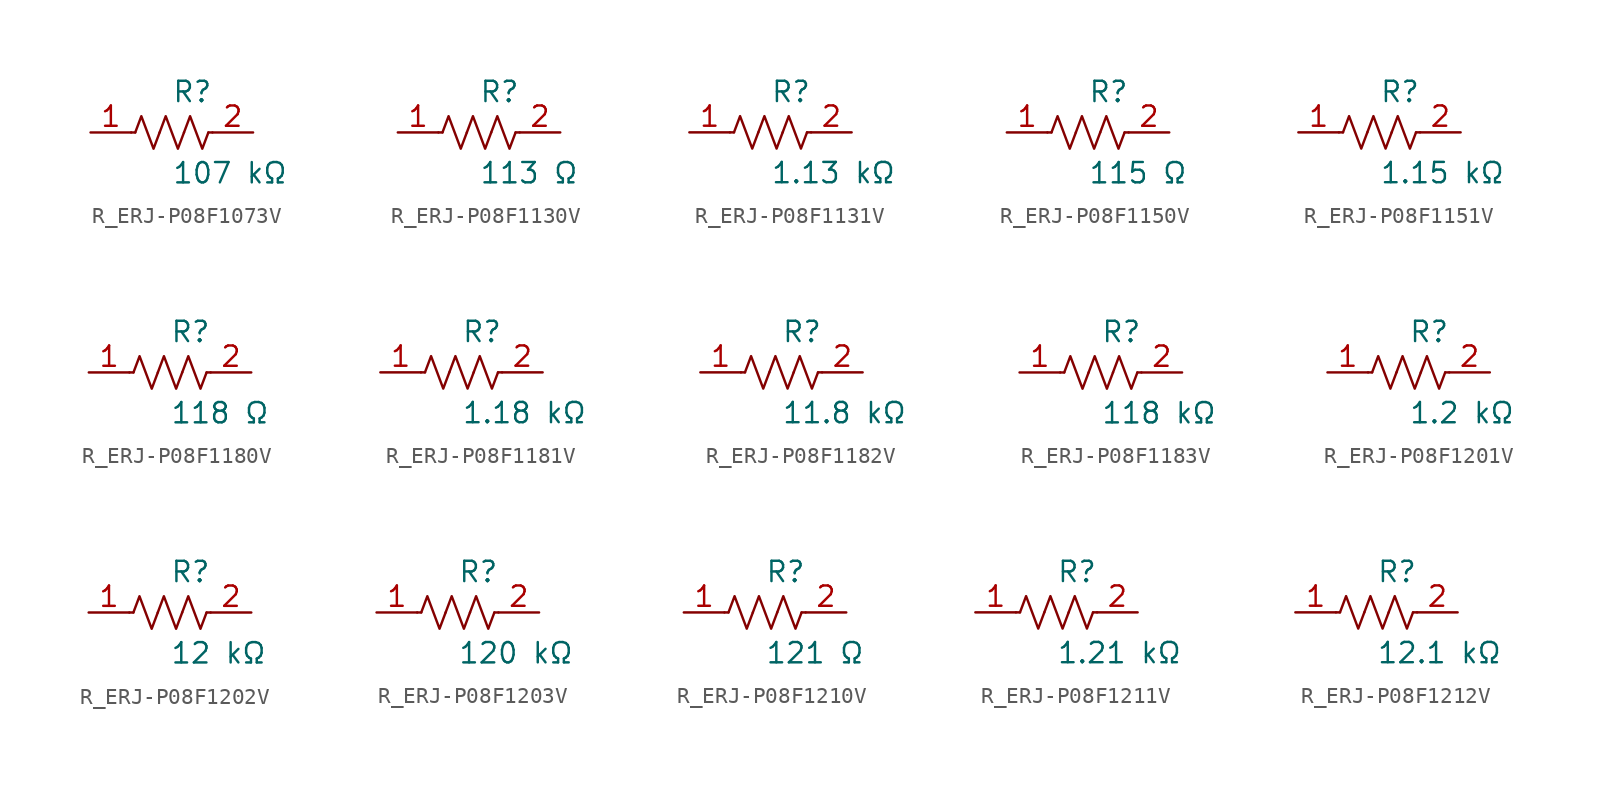
<source format=kicad_sym>
(kicad_symbol_lib
  (version 20231120)
  (generator kicad_symbol_editor)
  (generator_version 8.0)
  (symbol "R_ERJ-P08F1073V"
    (pin_names
      (offset 0.254))
    (property "Reference" "R"
      (at 0.0 2.54 0)
      (effects (font (size 1.27 1.27)) (justify left)))
    (property "Value" "107 kΩ"
      (at 0.0 -2.54 0)
      (effects (font (size 1.27 1.27)) (justify left)))
    (symbol "R_ERJ-P08F1073V_0_1"
      (polyline (pts (xy 2.286 0) (xy 2.54 0)) (stroke (width 0) (type default)) (fill (type none)))
      (polyline (pts (xy -2.286 0) (xy -2.54 0)) (stroke (width 0) (type default)) (fill (type none)))
      (polyline (pts (xy 0.762 0) (xy 1.143 1.016) (xy 1.524 0) (xy 1.905 -1.016) (xy 2.286 0)) (stroke (width 0) (type default)) (fill (type none)))
      (polyline (pts (xy -0.762 0) (xy -0.381 1.016) (xy 0 0) (xy 0.381 -1.016) (xy 0.762 0)) (stroke (width 0) (type default)) (fill (type none)))
      (polyline (pts (xy -2.286 0) (xy -1.905 1.016) (xy -1.524 0) (xy -1.143 -1.016) (xy -0.762 0)) (stroke (width 0) (type default)) (fill (type none))))
    (pin unspecified line
      (at -5.08 0 0)
      (length 2.54)
      (name "" (effects (font (size 1.27 1.27))))
      (number "1" (effects (font (size 1.27 1.27)))))
    (pin unspecified line
      (at 5.08 0 180)
      (length 2.54)
      (name "" (effects (font (size 1.27 1.27))))
      (number "2" (effects (font (size 1.27 1.27))))))
  (symbol "R_ERJ-P08F1130V"
    (pin_names
      (offset 0.254))
    (property "Reference" "R"
      (at 0.0 2.54 0)
      (effects (font (size 1.27 1.27)) (justify left)))
    (property "Value" "113 Ω"
      (at 0.0 -2.54 0)
      (effects (font (size 1.27 1.27)) (justify left)))
    (symbol "R_ERJ-P08F1130V_0_1"
      (polyline (pts (xy 2.286 0) (xy 2.54 0)) (stroke (width 0) (type default)) (fill (type none)))
      (polyline (pts (xy -2.286 0) (xy -2.54 0)) (stroke (width 0) (type default)) (fill (type none)))
      (polyline (pts (xy 0.762 0) (xy 1.143 1.016) (xy 1.524 0) (xy 1.905 -1.016) (xy 2.286 0)) (stroke (width 0) (type default)) (fill (type none)))
      (polyline (pts (xy -0.762 0) (xy -0.381 1.016) (xy 0 0) (xy 0.381 -1.016) (xy 0.762 0)) (stroke (width 0) (type default)) (fill (type none)))
      (polyline (pts (xy -2.286 0) (xy -1.905 1.016) (xy -1.524 0) (xy -1.143 -1.016) (xy -0.762 0)) (stroke (width 0) (type default)) (fill (type none))))
    (pin unspecified line
      (at -5.08 0 0)
      (length 2.54)
      (name "" (effects (font (size 1.27 1.27))))
      (number "1" (effects (font (size 1.27 1.27)))))
    (pin unspecified line
      (at 5.08 0 180)
      (length 2.54)
      (name "" (effects (font (size 1.27 1.27))))
      (number "2" (effects (font (size 1.27 1.27))))))
  (symbol "R_ERJ-P08F1131V"
    (pin_names
      (offset 0.254))
    (property "Reference" "R"
      (at 0.0 2.54 0)
      (effects (font (size 1.27 1.27)) (justify left)))
    (property "Value" "1.13 kΩ"
      (at 0.0 -2.54 0)
      (effects (font (size 1.27 1.27)) (justify left)))
    (symbol "R_ERJ-P08F1131V_0_1"
      (polyline (pts (xy 2.286 0) (xy 2.54 0)) (stroke (width 0) (type default)) (fill (type none)))
      (polyline (pts (xy -2.286 0) (xy -2.54 0)) (stroke (width 0) (type default)) (fill (type none)))
      (polyline (pts (xy 0.762 0) (xy 1.143 1.016) (xy 1.524 0) (xy 1.905 -1.016) (xy 2.286 0)) (stroke (width 0) (type default)) (fill (type none)))
      (polyline (pts (xy -0.762 0) (xy -0.381 1.016) (xy 0 0) (xy 0.381 -1.016) (xy 0.762 0)) (stroke (width 0) (type default)) (fill (type none)))
      (polyline (pts (xy -2.286 0) (xy -1.905 1.016) (xy -1.524 0) (xy -1.143 -1.016) (xy -0.762 0)) (stroke (width 0) (type default)) (fill (type none))))
    (pin unspecified line
      (at -5.08 0 0)
      (length 2.54)
      (name "" (effects (font (size 1.27 1.27))))
      (number "1" (effects (font (size 1.27 1.27)))))
    (pin unspecified line
      (at 5.08 0 180)
      (length 2.54)
      (name "" (effects (font (size 1.27 1.27))))
      (number "2" (effects (font (size 1.27 1.27))))))
  (symbol "R_ERJ-P08F1150V"
    (pin_names
      (offset 0.254))
    (property "Reference" "R"
      (at 0.0 2.54 0)
      (effects (font (size 1.27 1.27)) (justify left)))
    (property "Value" "115 Ω"
      (at 0.0 -2.54 0)
      (effects (font (size 1.27 1.27)) (justify left)))
    (symbol "R_ERJ-P08F1150V_0_1"
      (polyline (pts (xy 2.286 0) (xy 2.54 0)) (stroke (width 0) (type default)) (fill (type none)))
      (polyline (pts (xy -2.286 0) (xy -2.54 0)) (stroke (width 0) (type default)) (fill (type none)))
      (polyline (pts (xy 0.762 0) (xy 1.143 1.016) (xy 1.524 0) (xy 1.905 -1.016) (xy 2.286 0)) (stroke (width 0) (type default)) (fill (type none)))
      (polyline (pts (xy -0.762 0) (xy -0.381 1.016) (xy 0 0) (xy 0.381 -1.016) (xy 0.762 0)) (stroke (width 0) (type default)) (fill (type none)))
      (polyline (pts (xy -2.286 0) (xy -1.905 1.016) (xy -1.524 0) (xy -1.143 -1.016) (xy -0.762 0)) (stroke (width 0) (type default)) (fill (type none))))
    (pin unspecified line
      (at -5.08 0 0)
      (length 2.54)
      (name "" (effects (font (size 1.27 1.27))))
      (number "1" (effects (font (size 1.27 1.27)))))
    (pin unspecified line
      (at 5.08 0 180)
      (length 2.54)
      (name "" (effects (font (size 1.27 1.27))))
      (number "2" (effects (font (size 1.27 1.27))))))
  (symbol "R_ERJ-P08F1151V"
    (pin_names
      (offset 0.254))
    (property "Reference" "R"
      (at 0.0 2.54 0)
      (effects (font (size 1.27 1.27)) (justify left)))
    (property "Value" "1.15 kΩ"
      (at 0.0 -2.54 0)
      (effects (font (size 1.27 1.27)) (justify left)))
    (symbol "R_ERJ-P08F1151V_0_1"
      (polyline (pts (xy 2.286 0) (xy 2.54 0)) (stroke (width 0) (type default)) (fill (type none)))
      (polyline (pts (xy -2.286 0) (xy -2.54 0)) (stroke (width 0) (type default)) (fill (type none)))
      (polyline (pts (xy 0.762 0) (xy 1.143 1.016) (xy 1.524 0) (xy 1.905 -1.016) (xy 2.286 0)) (stroke (width 0) (type default)) (fill (type none)))
      (polyline (pts (xy -0.762 0) (xy -0.381 1.016) (xy 0 0) (xy 0.381 -1.016) (xy 0.762 0)) (stroke (width 0) (type default)) (fill (type none)))
      (polyline (pts (xy -2.286 0) (xy -1.905 1.016) (xy -1.524 0) (xy -1.143 -1.016) (xy -0.762 0)) (stroke (width 0) (type default)) (fill (type none))))
    (pin unspecified line
      (at -5.08 0 0)
      (length 2.54)
      (name "" (effects (font (size 1.27 1.27))))
      (number "1" (effects (font (size 1.27 1.27)))))
    (pin unspecified line
      (at 5.08 0 180)
      (length 2.54)
      (name "" (effects (font (size 1.27 1.27))))
      (number "2" (effects (font (size 1.27 1.27))))))
  (symbol "R_ERJ-P08F1180V"
    (pin_names
      (offset 0.254))
    (property "Reference" "R"
      (at 0.0 2.54 0)
      (effects (font (size 1.27 1.27)) (justify left)))
    (property "Value" "118 Ω"
      (at 0.0 -2.54 0)
      (effects (font (size 1.27 1.27)) (justify left)))
    (symbol "R_ERJ-P08F1180V_0_1"
      (polyline (pts (xy 2.286 0) (xy 2.54 0)) (stroke (width 0) (type default)) (fill (type none)))
      (polyline (pts (xy -2.286 0) (xy -2.54 0)) (stroke (width 0) (type default)) (fill (type none)))
      (polyline (pts (xy 0.762 0) (xy 1.143 1.016) (xy 1.524 0) (xy 1.905 -1.016) (xy 2.286 0)) (stroke (width 0) (type default)) (fill (type none)))
      (polyline (pts (xy -0.762 0) (xy -0.381 1.016) (xy 0 0) (xy 0.381 -1.016) (xy 0.762 0)) (stroke (width 0) (type default)) (fill (type none)))
      (polyline (pts (xy -2.286 0) (xy -1.905 1.016) (xy -1.524 0) (xy -1.143 -1.016) (xy -0.762 0)) (stroke (width 0) (type default)) (fill (type none))))
    (pin unspecified line
      (at -5.08 0 0)
      (length 2.54)
      (name "" (effects (font (size 1.27 1.27))))
      (number "1" (effects (font (size 1.27 1.27)))))
    (pin unspecified line
      (at 5.08 0 180)
      (length 2.54)
      (name "" (effects (font (size 1.27 1.27))))
      (number "2" (effects (font (size 1.27 1.27))))))
  (symbol "R_ERJ-P08F1181V"
    (pin_names
      (offset 0.254))
    (property "Reference" "R"
      (at 0.0 2.54 0)
      (effects (font (size 1.27 1.27)) (justify left)))
    (property "Value" "1.18 kΩ"
      (at 0.0 -2.54 0)
      (effects (font (size 1.27 1.27)) (justify left)))
    (symbol "R_ERJ-P08F1181V_0_1"
      (polyline (pts (xy 2.286 0) (xy 2.54 0)) (stroke (width 0) (type default)) (fill (type none)))
      (polyline (pts (xy -2.286 0) (xy -2.54 0)) (stroke (width 0) (type default)) (fill (type none)))
      (polyline (pts (xy 0.762 0) (xy 1.143 1.016) (xy 1.524 0) (xy 1.905 -1.016) (xy 2.286 0)) (stroke (width 0) (type default)) (fill (type none)))
      (polyline (pts (xy -0.762 0) (xy -0.381 1.016) (xy 0 0) (xy 0.381 -1.016) (xy 0.762 0)) (stroke (width 0) (type default)) (fill (type none)))
      (polyline (pts (xy -2.286 0) (xy -1.905 1.016) (xy -1.524 0) (xy -1.143 -1.016) (xy -0.762 0)) (stroke (width 0) (type default)) (fill (type none))))
    (pin unspecified line
      (at -5.08 0 0)
      (length 2.54)
      (name "" (effects (font (size 1.27 1.27))))
      (number "1" (effects (font (size 1.27 1.27)))))
    (pin unspecified line
      (at 5.08 0 180)
      (length 2.54)
      (name "" (effects (font (size 1.27 1.27))))
      (number "2" (effects (font (size 1.27 1.27))))))
  (symbol "R_ERJ-P08F1182V"
    (pin_names
      (offset 0.254))
    (property "Reference" "R"
      (at 0.0 2.54 0)
      (effects (font (size 1.27 1.27)) (justify left)))
    (property "Value" "11.8 kΩ"
      (at 0.0 -2.54 0)
      (effects (font (size 1.27 1.27)) (justify left)))
    (symbol "R_ERJ-P08F1182V_0_1"
      (polyline (pts (xy 2.286 0) (xy 2.54 0)) (stroke (width 0) (type default)) (fill (type none)))
      (polyline (pts (xy -2.286 0) (xy -2.54 0)) (stroke (width 0) (type default)) (fill (type none)))
      (polyline (pts (xy 0.762 0) (xy 1.143 1.016) (xy 1.524 0) (xy 1.905 -1.016) (xy 2.286 0)) (stroke (width 0) (type default)) (fill (type none)))
      (polyline (pts (xy -0.762 0) (xy -0.381 1.016) (xy 0 0) (xy 0.381 -1.016) (xy 0.762 0)) (stroke (width 0) (type default)) (fill (type none)))
      (polyline (pts (xy -2.286 0) (xy -1.905 1.016) (xy -1.524 0) (xy -1.143 -1.016) (xy -0.762 0)) (stroke (width 0) (type default)) (fill (type none))))
    (pin unspecified line
      (at -5.08 0 0)
      (length 2.54)
      (name "" (effects (font (size 1.27 1.27))))
      (number "1" (effects (font (size 1.27 1.27)))))
    (pin unspecified line
      (at 5.08 0 180)
      (length 2.54)
      (name "" (effects (font (size 1.27 1.27))))
      (number "2" (effects (font (size 1.27 1.27))))))
  (symbol "R_ERJ-P08F1183V"
    (pin_names
      (offset 0.254))
    (property "Reference" "R"
      (at 0.0 2.54 0)
      (effects (font (size 1.27 1.27)) (justify left)))
    (property "Value" "118 kΩ"
      (at 0.0 -2.54 0)
      (effects (font (size 1.27 1.27)) (justify left)))
    (symbol "R_ERJ-P08F1183V_0_1"
      (polyline (pts (xy 2.286 0) (xy 2.54 0)) (stroke (width 0) (type default)) (fill (type none)))
      (polyline (pts (xy -2.286 0) (xy -2.54 0)) (stroke (width 0) (type default)) (fill (type none)))
      (polyline (pts (xy 0.762 0) (xy 1.143 1.016) (xy 1.524 0) (xy 1.905 -1.016) (xy 2.286 0)) (stroke (width 0) (type default)) (fill (type none)))
      (polyline (pts (xy -0.762 0) (xy -0.381 1.016) (xy 0 0) (xy 0.381 -1.016) (xy 0.762 0)) (stroke (width 0) (type default)) (fill (type none)))
      (polyline (pts (xy -2.286 0) (xy -1.905 1.016) (xy -1.524 0) (xy -1.143 -1.016) (xy -0.762 0)) (stroke (width 0) (type default)) (fill (type none))))
    (pin unspecified line
      (at -5.08 0 0)
      (length 2.54)
      (name "" (effects (font (size 1.27 1.27))))
      (number "1" (effects (font (size 1.27 1.27)))))
    (pin unspecified line
      (at 5.08 0 180)
      (length 2.54)
      (name "" (effects (font (size 1.27 1.27))))
      (number "2" (effects (font (size 1.27 1.27))))))
  (symbol "R_ERJ-P08F1201V"
    (pin_names
      (offset 0.254))
    (property "Reference" "R"
      (at 0.0 2.54 0)
      (effects (font (size 1.27 1.27)) (justify left)))
    (property "Value" "1.2 kΩ"
      (at 0.0 -2.54 0)
      (effects (font (size 1.27 1.27)) (justify left)))
    (symbol "R_ERJ-P08F1201V_0_1"
      (polyline (pts (xy 2.286 0) (xy 2.54 0)) (stroke (width 0) (type default)) (fill (type none)))
      (polyline (pts (xy -2.286 0) (xy -2.54 0)) (stroke (width 0) (type default)) (fill (type none)))
      (polyline (pts (xy 0.762 0) (xy 1.143 1.016) (xy 1.524 0) (xy 1.905 -1.016) (xy 2.286 0)) (stroke (width 0) (type default)) (fill (type none)))
      (polyline (pts (xy -0.762 0) (xy -0.381 1.016) (xy 0 0) (xy 0.381 -1.016) (xy 0.762 0)) (stroke (width 0) (type default)) (fill (type none)))
      (polyline (pts (xy -2.286 0) (xy -1.905 1.016) (xy -1.524 0) (xy -1.143 -1.016) (xy -0.762 0)) (stroke (width 0) (type default)) (fill (type none))))
    (pin unspecified line
      (at -5.08 0 0)
      (length 2.54)
      (name "" (effects (font (size 1.27 1.27))))
      (number "1" (effects (font (size 1.27 1.27)))))
    (pin unspecified line
      (at 5.08 0 180)
      (length 2.54)
      (name "" (effects (font (size 1.27 1.27))))
      (number "2" (effects (font (size 1.27 1.27))))))
  (symbol "R_ERJ-P08F1202V"
    (pin_names
      (offset 0.254))
    (property "Reference" "R"
      (at 0.0 2.54 0)
      (effects (font (size 1.27 1.27)) (justify left)))
    (property "Value" "12 kΩ"
      (at 0.0 -2.54 0)
      (effects (font (size 1.27 1.27)) (justify left)))
    (symbol "R_ERJ-P08F1202V_0_1"
      (polyline (pts (xy 2.286 0) (xy 2.54 0)) (stroke (width 0) (type default)) (fill (type none)))
      (polyline (pts (xy -2.286 0) (xy -2.54 0)) (stroke (width 0) (type default)) (fill (type none)))
      (polyline (pts (xy 0.762 0) (xy 1.143 1.016) (xy 1.524 0) (xy 1.905 -1.016) (xy 2.286 0)) (stroke (width 0) (type default)) (fill (type none)))
      (polyline (pts (xy -0.762 0) (xy -0.381 1.016) (xy 0 0) (xy 0.381 -1.016) (xy 0.762 0)) (stroke (width 0) (type default)) (fill (type none)))
      (polyline (pts (xy -2.286 0) (xy -1.905 1.016) (xy -1.524 0) (xy -1.143 -1.016) (xy -0.762 0)) (stroke (width 0) (type default)) (fill (type none))))
    (pin unspecified line
      (at -5.08 0 0)
      (length 2.54)
      (name "" (effects (font (size 1.27 1.27))))
      (number "1" (effects (font (size 1.27 1.27)))))
    (pin unspecified line
      (at 5.08 0 180)
      (length 2.54)
      (name "" (effects (font (size 1.27 1.27))))
      (number "2" (effects (font (size 1.27 1.27))))))
  (symbol "R_ERJ-P08F1203V"
    (pin_names
      (offset 0.254))
    (property "Reference" "R"
      (at 0.0 2.54 0)
      (effects (font (size 1.27 1.27)) (justify left)))
    (property "Value" "120 kΩ"
      (at 0.0 -2.54 0)
      (effects (font (size 1.27 1.27)) (justify left)))
    (symbol "R_ERJ-P08F1203V_0_1"
      (polyline (pts (xy 2.286 0) (xy 2.54 0)) (stroke (width 0) (type default)) (fill (type none)))
      (polyline (pts (xy -2.286 0) (xy -2.54 0)) (stroke (width 0) (type default)) (fill (type none)))
      (polyline (pts (xy 0.762 0) (xy 1.143 1.016) (xy 1.524 0) (xy 1.905 -1.016) (xy 2.286 0)) (stroke (width 0) (type default)) (fill (type none)))
      (polyline (pts (xy -0.762 0) (xy -0.381 1.016) (xy 0 0) (xy 0.381 -1.016) (xy 0.762 0)) (stroke (width 0) (type default)) (fill (type none)))
      (polyline (pts (xy -2.286 0) (xy -1.905 1.016) (xy -1.524 0) (xy -1.143 -1.016) (xy -0.762 0)) (stroke (width 0) (type default)) (fill (type none))))
    (pin unspecified line
      (at -5.08 0 0)
      (length 2.54)
      (name "" (effects (font (size 1.27 1.27))))
      (number "1" (effects (font (size 1.27 1.27)))))
    (pin unspecified line
      (at 5.08 0 180)
      (length 2.54)
      (name "" (effects (font (size 1.27 1.27))))
      (number "2" (effects (font (size 1.27 1.27))))))
  (symbol "R_ERJ-P08F1210V"
    (pin_names
      (offset 0.254))
    (property "Reference" "R"
      (at 0.0 2.54 0)
      (effects (font (size 1.27 1.27)) (justify left)))
    (property "Value" "121 Ω"
      (at 0.0 -2.54 0)
      (effects (font (size 1.27 1.27)) (justify left)))
    (symbol "R_ERJ-P08F1210V_0_1"
      (polyline (pts (xy 2.286 0) (xy 2.54 0)) (stroke (width 0) (type default)) (fill (type none)))
      (polyline (pts (xy -2.286 0) (xy -2.54 0)) (stroke (width 0) (type default)) (fill (type none)))
      (polyline (pts (xy 0.762 0) (xy 1.143 1.016) (xy 1.524 0) (xy 1.905 -1.016) (xy 2.286 0)) (stroke (width 0) (type default)) (fill (type none)))
      (polyline (pts (xy -0.762 0) (xy -0.381 1.016) (xy 0 0) (xy 0.381 -1.016) (xy 0.762 0)) (stroke (width 0) (type default)) (fill (type none)))
      (polyline (pts (xy -2.286 0) (xy -1.905 1.016) (xy -1.524 0) (xy -1.143 -1.016) (xy -0.762 0)) (stroke (width 0) (type default)) (fill (type none))))
    (pin unspecified line
      (at -5.08 0 0)
      (length 2.54)
      (name "" (effects (font (size 1.27 1.27))))
      (number "1" (effects (font (size 1.27 1.27)))))
    (pin unspecified line
      (at 5.08 0 180)
      (length 2.54)
      (name "" (effects (font (size 1.27 1.27))))
      (number "2" (effects (font (size 1.27 1.27))))))
  (symbol "R_ERJ-P08F1211V"
    (pin_names
      (offset 0.254))
    (property "Reference" "R"
      (at 0.0 2.54 0)
      (effects (font (size 1.27 1.27)) (justify left)))
    (property "Value" "1.21 kΩ"
      (at 0.0 -2.54 0)
      (effects (font (size 1.27 1.27)) (justify left)))
    (symbol "R_ERJ-P08F1211V_0_1"
      (polyline (pts (xy 2.286 0) (xy 2.54 0)) (stroke (width 0) (type default)) (fill (type none)))
      (polyline (pts (xy -2.286 0) (xy -2.54 0)) (stroke (width 0) (type default)) (fill (type none)))
      (polyline (pts (xy 0.762 0) (xy 1.143 1.016) (xy 1.524 0) (xy 1.905 -1.016) (xy 2.286 0)) (stroke (width 0) (type default)) (fill (type none)))
      (polyline (pts (xy -0.762 0) (xy -0.381 1.016) (xy 0 0) (xy 0.381 -1.016) (xy 0.762 0)) (stroke (width 0) (type default)) (fill (type none)))
      (polyline (pts (xy -2.286 0) (xy -1.905 1.016) (xy -1.524 0) (xy -1.143 -1.016) (xy -0.762 0)) (stroke (width 0) (type default)) (fill (type none))))
    (pin unspecified line
      (at -5.08 0 0)
      (length 2.54)
      (name "" (effects (font (size 1.27 1.27))))
      (number "1" (effects (font (size 1.27 1.27)))))
    (pin unspecified line
      (at 5.08 0 180)
      (length 2.54)
      (name "" (effects (font (size 1.27 1.27))))
      (number "2" (effects (font (size 1.27 1.27))))))
  (symbol "R_ERJ-P08F1212V"
    (pin_names
      (offset 0.254))
    (property "Reference" "R"
      (at 0.0 2.54 0)
      (effects (font (size 1.27 1.27)) (justify left)))
    (property "Value" "12.1 kΩ"
      (at 0.0 -2.54 0)
      (effects (font (size 1.27 1.27)) (justify left)))
    (symbol "R_ERJ-P08F1212V_0_1"
      (polyline (pts (xy 2.286 0) (xy 2.54 0)) (stroke (width 0) (type default)) (fill (type none)))
      (polyline (pts (xy -2.286 0) (xy -2.54 0)) (stroke (width 0) (type default)) (fill (type none)))
      (polyline (pts (xy 0.762 0) (xy 1.143 1.016) (xy 1.524 0) (xy 1.905 -1.016) (xy 2.286 0)) (stroke (width 0) (type default)) (fill (type none)))
      (polyline (pts (xy -0.762 0) (xy -0.381 1.016) (xy 0 0) (xy 0.381 -1.016) (xy 0.762 0)) (stroke (width 0) (type default)) (fill (type none)))
      (polyline (pts (xy -2.286 0) (xy -1.905 1.016) (xy -1.524 0) (xy -1.143 -1.016) (xy -0.762 0)) (stroke (width 0) (type default)) (fill (type none))))
    (pin unspecified line
      (at -5.08 0 0)
      (length 2.54)
      (name "" (effects (font (size 1.27 1.27))))
      (number "1" (effects (font (size 1.27 1.27)))))
    (pin unspecified line
      (at 5.08 0 180)
      (length 2.54)
      (name "" (effects (font (size 1.27 1.27))))
      (number "2" (effects (font (size 1.27 1.27)))))))
</source>
